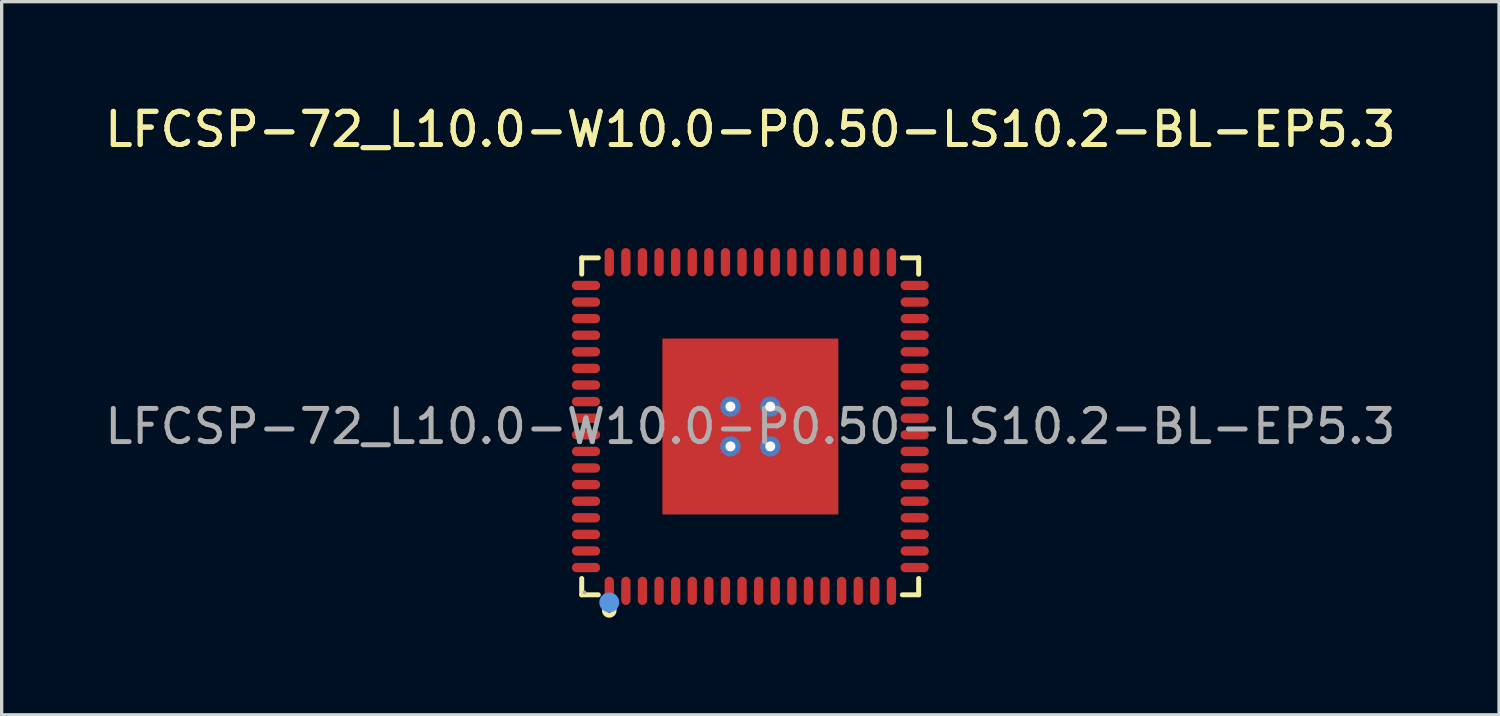
<source format=kicad_pcb>
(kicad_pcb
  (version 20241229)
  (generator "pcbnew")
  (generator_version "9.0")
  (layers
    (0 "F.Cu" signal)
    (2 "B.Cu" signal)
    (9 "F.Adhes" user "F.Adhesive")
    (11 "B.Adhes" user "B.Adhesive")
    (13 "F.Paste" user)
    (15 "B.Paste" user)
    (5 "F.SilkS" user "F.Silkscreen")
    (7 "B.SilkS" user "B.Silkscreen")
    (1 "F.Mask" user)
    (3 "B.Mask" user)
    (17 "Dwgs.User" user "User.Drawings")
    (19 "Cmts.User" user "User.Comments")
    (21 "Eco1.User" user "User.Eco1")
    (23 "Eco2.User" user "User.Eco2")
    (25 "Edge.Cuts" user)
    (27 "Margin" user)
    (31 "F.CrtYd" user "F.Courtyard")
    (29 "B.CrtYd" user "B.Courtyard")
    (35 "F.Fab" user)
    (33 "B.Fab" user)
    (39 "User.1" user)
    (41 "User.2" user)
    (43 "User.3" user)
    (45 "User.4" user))
  (footprint "LFCSP-72_L10.0-W10.0-P0.50-LS10.2-BL-EP5.3"
    (layer "F.Cu")
    (at 19.554 9.798)
    (property "Reference" "LFCSP-72_L10.0-W10.0-P0.50-LS10.2-BL-EP5.3" (at 0 -8.95 0) (layer "F.SilkS") (effects (font (size 1 1) (thickness 0.15))))
    (attr smd)
    (fp_line (start -5.08 -5.08) (end -4.58 -5.08) (stroke (width 0.15) (type solid)) (layer "F.SilkS"))
    (fp_line (start -5.08 -4.59) (end -5.08 -5.08) (stroke (width 0.15) (type solid)) (layer "F.SilkS"))
    (fp_line (start -5.08 4.58) (end -5.08 5.07) (stroke (width 0.15) (type solid)) (layer "F.SilkS"))
    (fp_line (start -5.08 5.07) (end -4.58 5.07) (stroke (width 0.15) (type solid)) (layer "F.SilkS"))
    (fp_line (start 5.07 -5.08) (end 4.58 -5.08) (stroke (width 0.15) (type solid)) (layer "F.SilkS"))
    (fp_line (start 5.07 -4.59) (end 5.07 -5.08) (stroke (width 0.15) (type solid)) (layer "F.SilkS"))
    (fp_line (start 5.07 4.58) (end 5.07 5.07) (stroke (width 0.15) (type solid)) (layer "F.SilkS"))
    (fp_line (start 5.07 5.07) (end 4.58 5.07) (stroke (width 0.15) (type solid)) (layer "F.SilkS"))
    (fp_circle (center -4.25 5.54) (end -4.18 5.54) (stroke (width 0.15) (type solid)) (fill no) (layer "F.SilkS"))
    (fp_circle (center -4.25 5.3) (end -4.1 5.3) (stroke (width 0.3) (type solid)) (fill no) (layer "Cmts.User"))
    (fp_circle (center -5 5) (end -4.97 5) (stroke (width 0.06) (type solid)) (fill no) (layer "F.Fab"))
    (fp_text user "${REFERENCE}" (at 0 -8.95 0) (layer "F.SilkS") (effects (font (size 1 1) (thickness 0.15))))
    (fp_text user "${REFERENCE}" (at 0 0 0) (layer "F.Fab") (effects (font (size 1 1) (thickness 0.15))))
    (pad "" thru_hole circle (at -0.6 -0.6) (size 0.61 0.61) (drill 0.3) (layers "*.Cu" "*.Paste" "*.Mask"))
    (pad "" thru_hole circle (at -0.6 0.6) (size 0.61 0.61) (drill 0.3) (layers "*.Cu" "*.Paste" "*.Mask"))
    (pad "" thru_hole circle (at 0.6 -0.6) (size 0.61 0.61) (drill 0.3) (layers "*.Cu" "*.Paste" "*.Mask"))
    (pad "" thru_hole circle (at 0.6 0.6) (size 0.61 0.61) (drill 0.3) (layers "*.Cu" "*.Paste" "*.Mask"))
    (pad "1" smd oval (at -4.25 4.95) (size 0.28 0.85) (layers "F.Cu" "F.Mask" "F.Paste"))
    (pad "2" smd oval (at -3.75 4.95) (size 0.28 0.85) (layers "F.Cu" "F.Mask" "F.Paste"))
    (pad "3" smd oval (at -3.25 4.95) (size 0.28 0.85) (layers "F.Cu" "F.Mask" "F.Paste"))
    (pad "4" smd oval (at -2.75 4.95) (size 0.28 0.85) (layers "F.Cu" "F.Mask" "F.Paste"))
    (pad "5" smd oval (at -2.25 4.95) (size 0.28 0.85) (layers "F.Cu" "F.Mask" "F.Paste"))
    (pad "6" smd oval (at -1.75 4.95) (size 0.28 0.85) (layers "F.Cu" "F.Mask" "F.Paste"))
    (pad "7" smd oval (at -1.25 4.95) (size 0.28 0.85) (layers "F.Cu" "F.Mask" "F.Paste"))
    (pad "8" smd oval (at -0.75 4.95) (size 0.28 0.85) (layers "F.Cu" "F.Mask" "F.Paste"))
    (pad "9" smd oval (at -0.25 4.95) (size 0.28 0.85) (layers "F.Cu" "F.Mask" "F.Paste"))
    (pad "10" smd oval (at 0.25 4.95) (size 0.28 0.85) (layers "F.Cu" "F.Mask" "F.Paste"))
    (pad "11" smd oval (at 0.75 4.95) (size 0.28 0.85) (layers "F.Cu" "F.Mask" "F.Paste"))
    (pad "12" smd oval (at 1.25 4.95) (size 0.28 0.85) (layers "F.Cu" "F.Mask" "F.Paste"))
    (pad "13" smd oval (at 1.75 4.95) (size 0.28 0.85) (layers "F.Cu" "F.Mask" "F.Paste"))
    (pad "14" smd oval (at 2.25 4.95) (size 0.28 0.85) (layers "F.Cu" "F.Mask" "F.Paste"))
    (pad "15" smd oval (at 2.75 4.95) (size 0.28 0.85) (layers "F.Cu" "F.Mask" "F.Paste"))
    (pad "16" smd oval (at 3.25 4.95) (size 0.28 0.85) (layers "F.Cu" "F.Mask" "F.Paste"))
    (pad "17" smd oval (at 3.75 4.95) (size 0.28 0.85) (layers "F.Cu" "F.Mask" "F.Paste"))
    (pad "18" smd oval (at 4.25 4.95) (size 0.28 0.85) (layers "F.Cu" "F.Mask" "F.Paste"))
    (pad "19" smd oval (at 4.95 4.25) (size 0.85 0.28) (layers "F.Cu" "F.Mask" "F.Paste"))
    (pad "20" smd oval (at 4.95 3.75) (size 0.85 0.28) (layers "F.Cu" "F.Mask" "F.Paste"))
    (pad "21" smd oval (at 4.95 3.25) (size 0.85 0.28) (layers "F.Cu" "F.Mask" "F.Paste"))
    (pad "22" smd oval (at 4.95 2.75) (size 0.85 0.28) (layers "F.Cu" "F.Mask" "F.Paste"))
    (pad "23" smd oval (at 4.95 2.25) (size 0.85 0.28) (layers "F.Cu" "F.Mask" "F.Paste"))
    (pad "24" smd oval (at 4.95 1.75) (size 0.85 0.28) (layers "F.Cu" "F.Mask" "F.Paste"))
    (pad "25" smd oval (at 4.95 1.25) (size 0.85 0.28) (layers "F.Cu" "F.Mask" "F.Paste"))
    (pad "26" smd oval (at 4.95 0.75) (size 0.85 0.28) (layers "F.Cu" "F.Mask" "F.Paste"))
    (pad "27" smd oval (at 4.95 0.25) (size 0.85 0.28) (layers "F.Cu" "F.Mask" "F.Paste"))
    (pad "28" smd oval (at 4.95 -0.25) (size 0.85 0.28) (layers "F.Cu" "F.Mask" "F.Paste"))
    (pad "29" smd oval (at 4.95 -0.75) (size 0.85 0.28) (layers "F.Cu" "F.Mask" "F.Paste"))
    (pad "30" smd oval (at 4.95 -1.25) (size 0.85 0.28) (layers "F.Cu" "F.Mask" "F.Paste"))
    (pad "31" smd oval (at 4.95 -1.75) (size 0.85 0.28) (layers "F.Cu" "F.Mask" "F.Paste"))
    (pad "32" smd oval (at 4.95 -2.25) (size 0.85 0.28) (layers "F.Cu" "F.Mask" "F.Paste"))
    (pad "33" smd oval (at 4.95 -2.75) (size 0.85 0.28) (layers "F.Cu" "F.Mask" "F.Paste"))
    (pad "34" smd oval (at 4.95 -3.25) (size 0.85 0.28) (layers "F.Cu" "F.Mask" "F.Paste"))
    (pad "35" smd oval (at 4.95 -3.75) (size 0.85 0.28) (layers "F.Cu" "F.Mask" "F.Paste"))
    (pad "36" smd oval (at 4.95 -4.25) (size 0.85 0.28) (layers "F.Cu" "F.Mask" "F.Paste"))
    (pad "37" smd oval (at 4.25 -4.95) (size 0.28 0.85) (layers "F.Cu" "F.Mask" "F.Paste"))
    (pad "38" smd oval (at 3.75 -4.95) (size 0.28 0.85) (layers "F.Cu" "F.Mask" "F.Paste"))
    (pad "39" smd oval (at 3.25 -4.95) (size 0.28 0.85) (layers "F.Cu" "F.Mask" "F.Paste"))
    (pad "40" smd oval (at 2.75 -4.95) (size 0.28 0.85) (layers "F.Cu" "F.Mask" "F.Paste"))
    (pad "41" smd oval (at 2.25 -4.95) (size 0.28 0.85) (layers "F.Cu" "F.Mask" "F.Paste"))
    (pad "42" smd oval (at 1.75 -4.95) (size 0.28 0.85) (layers "F.Cu" "F.Mask" "F.Paste"))
    (pad "43" smd oval (at 1.25 -4.95) (size 0.28 0.85) (layers "F.Cu" "F.Mask" "F.Paste"))
    (pad "44" smd oval (at 0.75 -4.95) (size 0.28 0.85) (layers "F.Cu" "F.Mask" "F.Paste"))
    (pad "45" smd oval (at 0.25 -4.95) (size 0.28 0.85) (layers "F.Cu" "F.Mask" "F.Paste"))
    (pad "46" smd oval (at -0.25 -4.95) (size 0.28 0.85) (layers "F.Cu" "F.Mask" "F.Paste"))
    (pad "47" smd oval (at -0.75 -4.95) (size 0.28 0.85) (layers "F.Cu" "F.Mask" "F.Paste"))
    (pad "48" smd oval (at -1.25 -4.95) (size 0.28 0.85) (layers "F.Cu" "F.Mask" "F.Paste"))
    (pad "49" smd oval (at -1.75 -4.95) (size 0.28 0.85) (layers "F.Cu" "F.Mask" "F.Paste"))
    (pad "50" smd oval (at -2.25 -4.95) (size 0.28 0.85) (layers "F.Cu" "F.Mask" "F.Paste"))
    (pad "51" smd oval (at -2.75 -4.95) (size 0.28 0.85) (layers "F.Cu" "F.Mask" "F.Paste"))
    (pad "52" smd oval (at -3.25 -4.95) (size 0.28 0.85) (layers "F.Cu" "F.Mask" "F.Paste"))
    (pad "53" smd oval (at -3.75 -4.95) (size 0.28 0.85) (layers "F.Cu" "F.Mask" "F.Paste"))
    (pad "54" smd oval (at -4.25 -4.95) (size 0.28 0.85) (layers "F.Cu" "F.Mask" "F.Paste"))
    (pad "55" smd oval (at -4.95 -4.25) (size 0.85 0.28) (layers "F.Cu" "F.Mask" "F.Paste"))
    (pad "56" smd oval (at -4.95 -3.75) (size 0.85 0.28) (layers "F.Cu" "F.Mask" "F.Paste"))
    (pad "57" smd oval (at -4.95 -3.25) (size 0.85 0.28) (layers "F.Cu" "F.Mask" "F.Paste"))
    (pad "58" smd oval (at -4.95 -2.75) (size 0.85 0.28) (layers "F.Cu" "F.Mask" "F.Paste"))
    (pad "59" smd oval (at -4.95 -2.25) (size 0.85 0.28) (layers "F.Cu" "F.Mask" "F.Paste"))
    (pad "60" smd oval (at -4.95 -1.75) (size 0.85 0.28) (layers "F.Cu" "F.Mask" "F.Paste"))
    (pad "61" smd oval (at -4.95 -1.25) (size 0.85 0.28) (layers "F.Cu" "F.Mask" "F.Paste"))
    (pad "62" smd oval (at -4.95 -0.75) (size 0.85 0.28) (layers "F.Cu" "F.Mask" "F.Paste"))
    (pad "63" smd oval (at -4.95 -0.25) (size 0.85 0.28) (layers "F.Cu" "F.Mask" "F.Paste"))
    (pad "64" smd oval (at -4.95 0.25) (size 0.85 0.28) (layers "F.Cu" "F.Mask" "F.Paste"))
    (pad "65" smd oval (at -4.95 0.75) (size 0.85 0.28) (layers "F.Cu" "F.Mask" "F.Paste"))
    (pad "66" smd oval (at -4.95 1.25) (size 0.85 0.28) (layers "F.Cu" "F.Mask" "F.Paste"))
    (pad "67" smd oval (at -4.95 1.75) (size 0.85 0.28) (layers "F.Cu" "F.Mask" "F.Paste"))
    (pad "68" smd oval (at -4.95 2.25) (size 0.85 0.28) (layers "F.Cu" "F.Mask" "F.Paste"))
    (pad "69" smd oval (at -4.95 2.75) (size 0.85 0.28) (layers "F.Cu" "F.Mask" "F.Paste"))
    (pad "70" smd oval (at -4.95 3.25) (size 0.85 0.28) (layers "F.Cu" "F.Mask" "F.Paste"))
    (pad "71" smd oval (at -4.95 3.75) (size 0.85 0.28) (layers "F.Cu" "F.Mask" "F.Paste"))
    (pad "72" smd oval (at -4.95 4.25) (size 0.85 0.28) (layers "F.Cu" "F.Mask" "F.Paste"))
    (pad "73" smd rect (at 0 0) (size 5.3 5.3) (layers "F.Cu" "F.Mask" "F.Paste")))
  (gr_rect
    (start -3 -3)
    (end 42.107 18.483)
    (stroke (width 0.1) (type default))
    (fill no)
    (layer "Edge.Cuts")))
</source>
